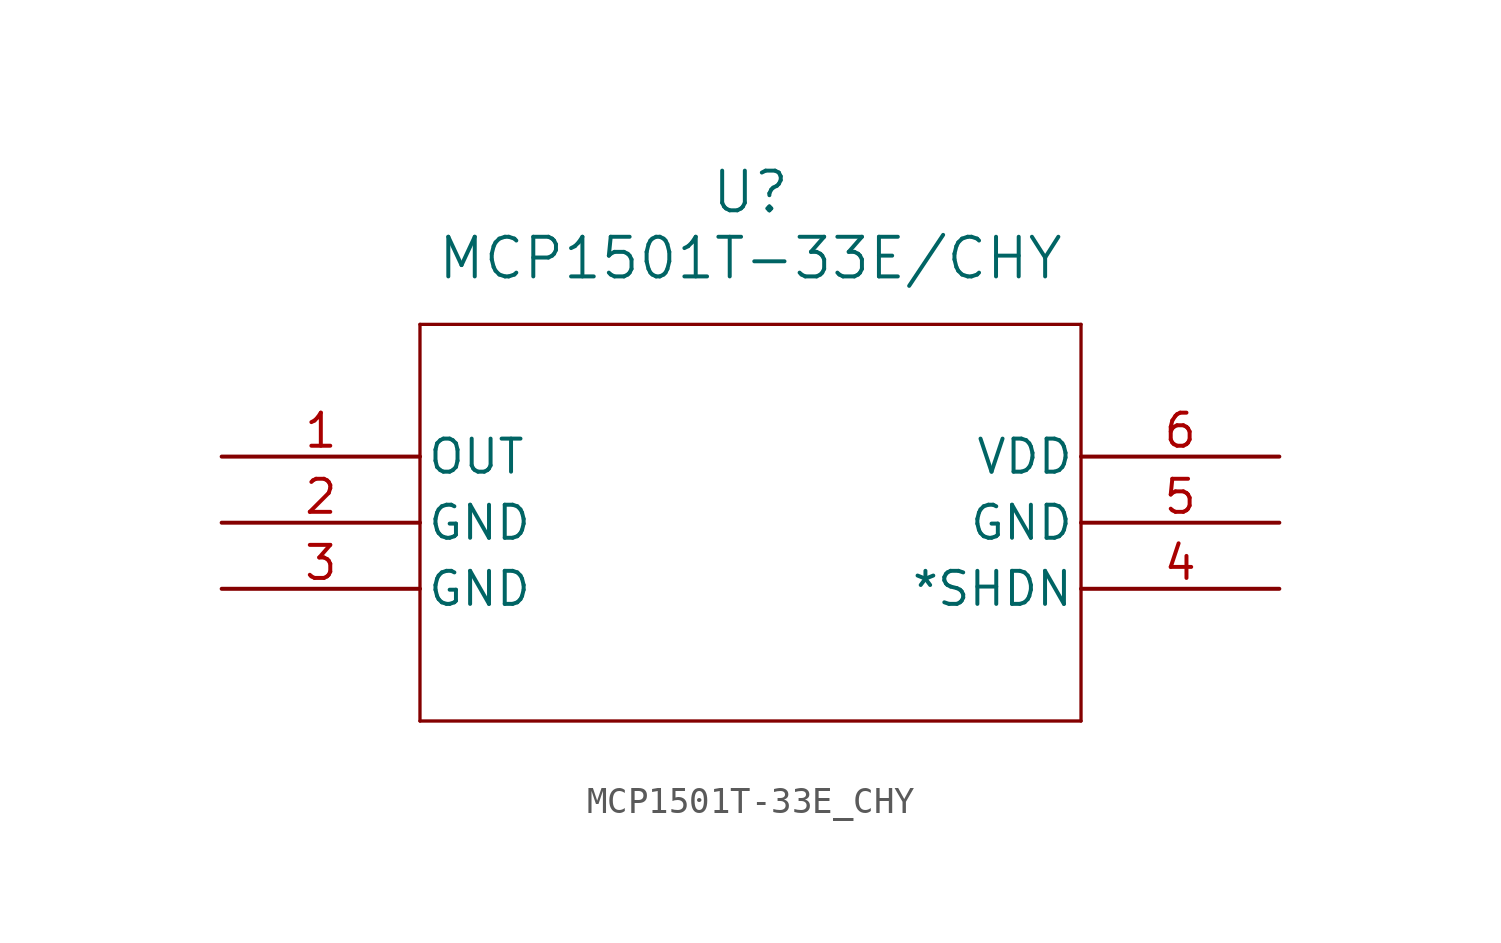
<source format=kicad_sym>
(kicad_symbol_lib
  (version 20211014)
  (generator kicad_symbol_editor)
  (symbol "MCP1501T-33E_CHY"
    (pin_names
      (offset 0.254))
    (property "Reference" "U"
      (at 20.32 10.16 0)
      (effects (font (size 1.524 1.524))))
    (property "Value" "MCP1501T-33E/CHY"
      (at 20.32 7.62 0)
      (effects (font (size 1.524 1.524))))
    (symbol "MCP1501T-33E_CHY_0_1"
      (polyline (pts (xy 7.62 5.08) (xy 7.62 -10.16)) (stroke (width 0.127) (type default) (color 0 0 0 0)) (fill (type none)))
      (polyline (pts (xy 7.62 -10.16) (xy 33.02 -10.16)) (stroke (width 0.127) (type default) (color 0 0 0 0)) (fill (type none)))
      (polyline (pts (xy 33.02 -10.16) (xy 33.02 5.08)) (stroke (width 0.127) (type default) (color 0 0 0 0)) (fill (type none)))
      (polyline (pts (xy 33.02 5.08) (xy 7.62 5.08)) (stroke (width 0.127) (type default) (color 0 0 0 0)) (fill (type none)))
      (pin output line (at 0 0 0) (length 7.62) (name "OUT" (effects (font (size 1.27 1.27)))) (number "1" (effects (font (size 1.27 1.27)))))
      (pin power_out line (at 0 -2.54 0) (length 7.62) (name "GND" (effects (font (size 1.27 1.27)))) (number "2" (effects (font (size 1.27 1.27)))))
      (pin power_out line (at 0 -5.08 0) (length 7.62) (name "GND" (effects (font (size 1.27 1.27)))) (number "3" (effects (font (size 1.27 1.27)))))
      (pin input line (at 40.64 -5.08 180) (length 7.62) (name "*SHDN" (effects (font (size 1.27 1.27)))) (number "4" (effects (font (size 1.27 1.27)))))
      (pin power_out line (at 40.64 -2.54 180) (length 7.62) (name "GND" (effects (font (size 1.27 1.27)))) (number "5" (effects (font (size 1.27 1.27)))))
      (pin power_in line (at 40.64 0 180) (length 7.62) (name "VDD" (effects (font (size 1.27 1.27)))) (number "6" (effects (font (size 1.27 1.27))))))))
</source>
